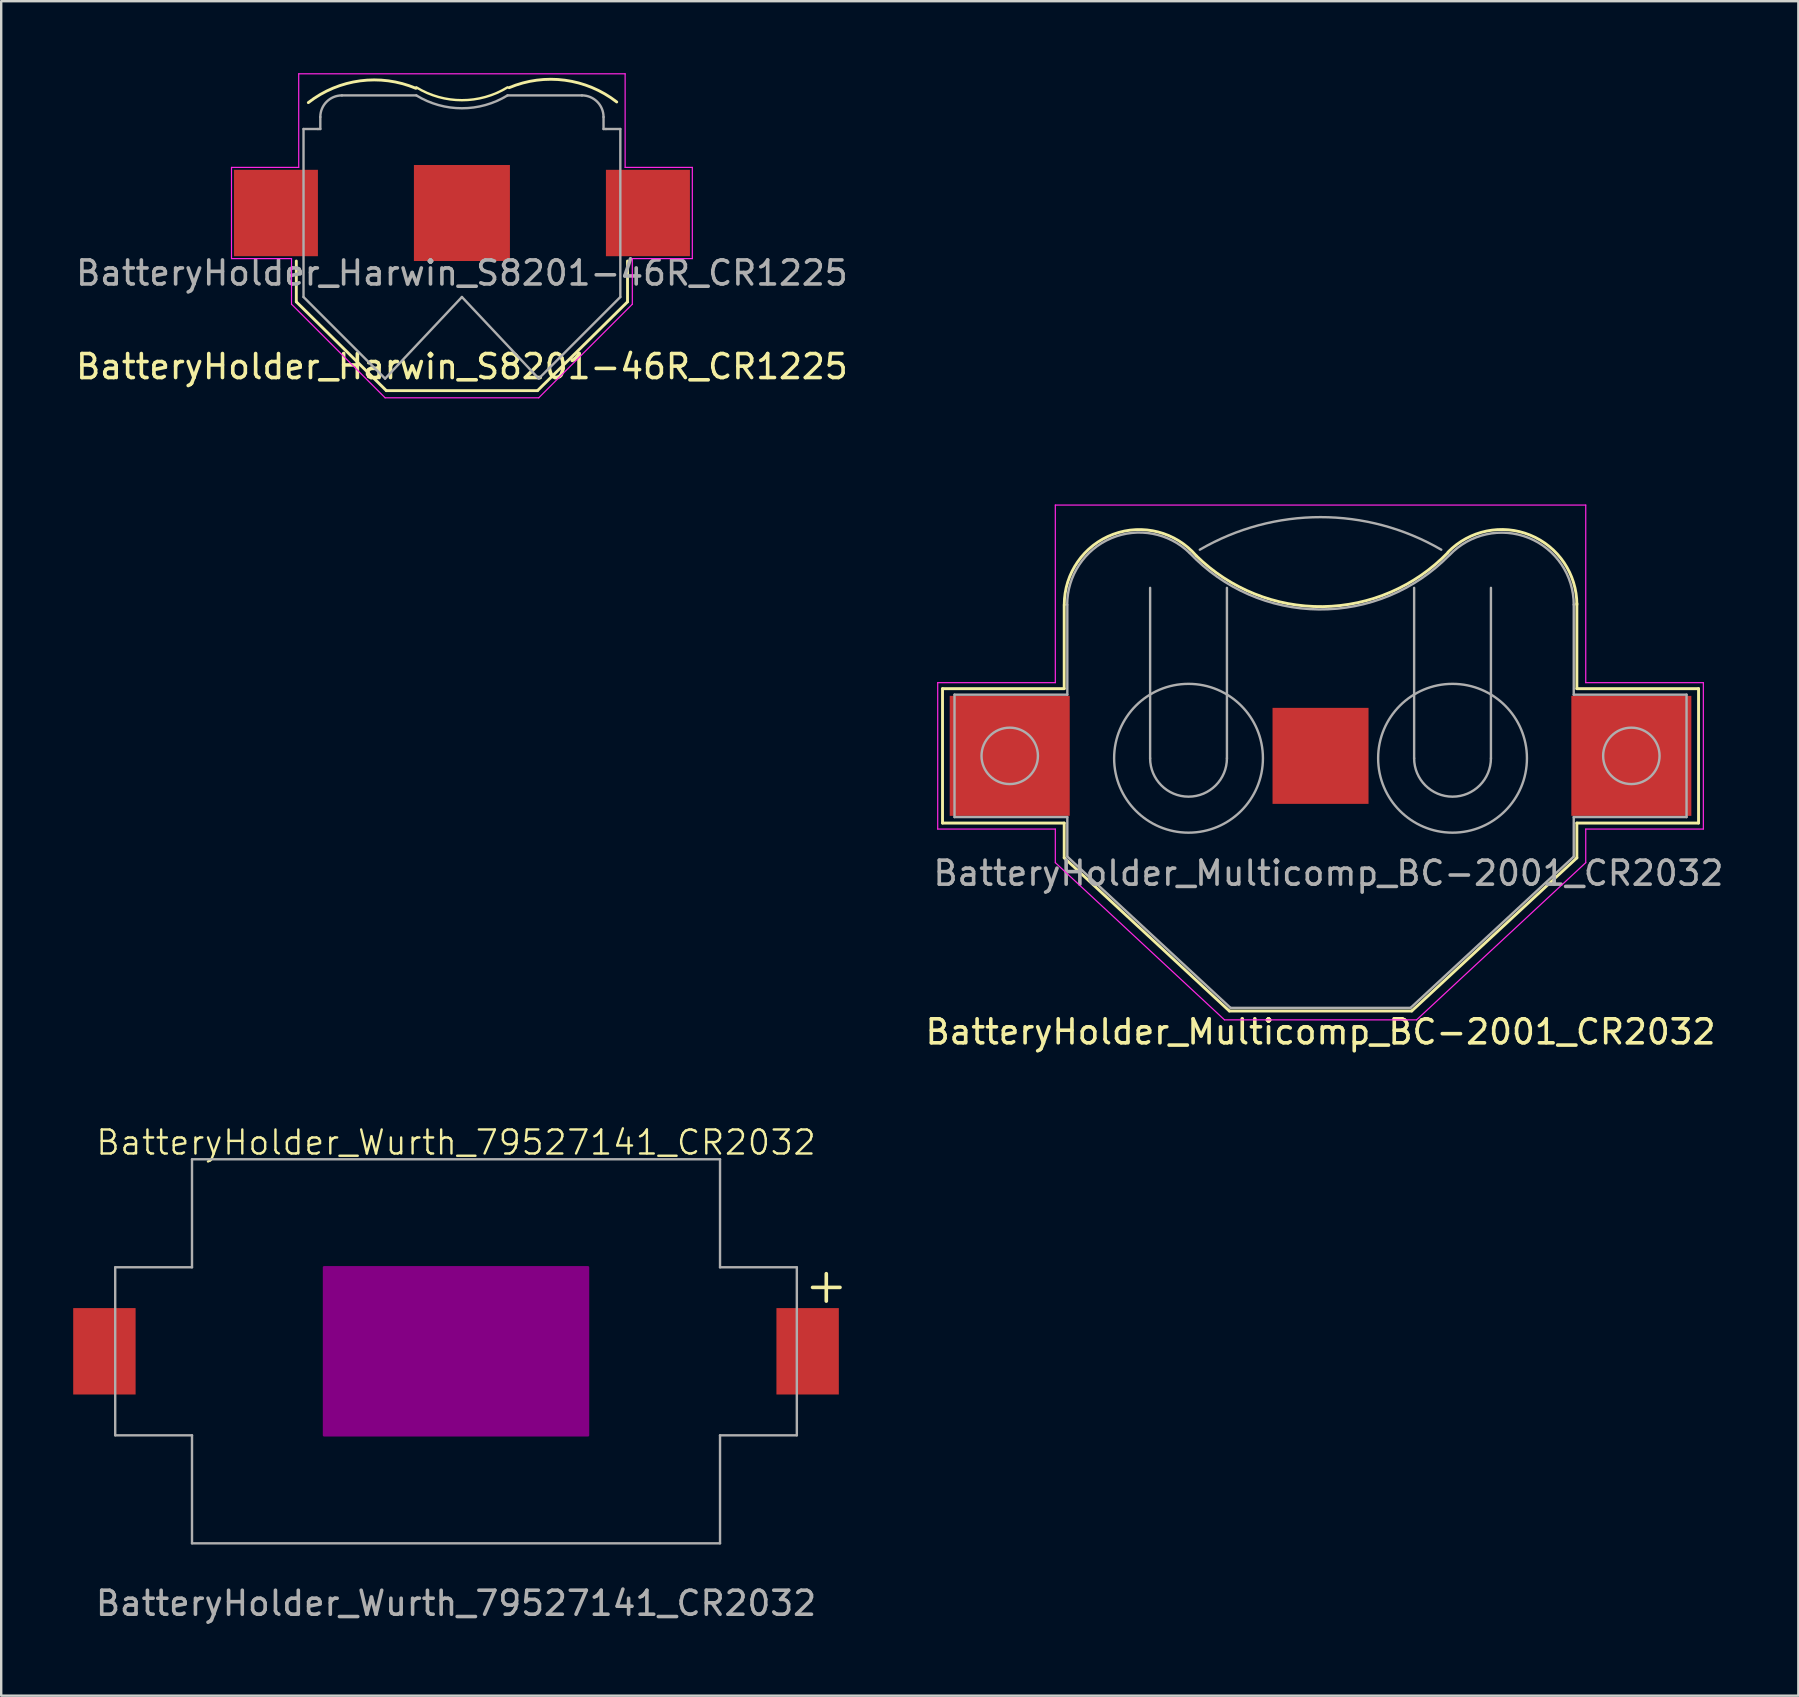
<source format=kicad_pcb>
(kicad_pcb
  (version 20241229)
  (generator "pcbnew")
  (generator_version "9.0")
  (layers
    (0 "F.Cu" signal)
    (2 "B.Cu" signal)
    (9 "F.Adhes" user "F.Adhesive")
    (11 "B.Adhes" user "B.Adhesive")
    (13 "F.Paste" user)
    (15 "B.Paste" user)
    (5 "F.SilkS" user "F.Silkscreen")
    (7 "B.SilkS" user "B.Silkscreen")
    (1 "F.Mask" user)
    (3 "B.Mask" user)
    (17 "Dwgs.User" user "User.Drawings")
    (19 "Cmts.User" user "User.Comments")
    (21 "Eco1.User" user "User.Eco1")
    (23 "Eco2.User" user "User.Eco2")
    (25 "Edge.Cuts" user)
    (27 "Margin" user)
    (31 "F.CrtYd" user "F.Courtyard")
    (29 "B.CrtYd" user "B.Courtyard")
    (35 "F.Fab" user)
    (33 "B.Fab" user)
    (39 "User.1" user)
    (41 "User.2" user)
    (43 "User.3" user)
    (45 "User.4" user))
  (footprint "BatteryHolder_Multicomp_BC-2001_CR2032"
    (layer "F.Cu")
    (at 51.97 28.443)
    (property "Reference" "BatteryHolder_Multicomp_BC-2001_CR2032" (at 0 11.5 0) (layer "F.SilkS") (effects (font (size 1 1) (thickness 0.15))))
    (attr smd)
    (fp_line (start -15.75 -2.8) (end -10.68 -2.8) (stroke (width 0.12) (type solid)) (layer "F.SilkS"))
    (fp_line (start -15.75 2.8) (end -15.75 -2.8) (stroke (width 0.12) (type solid)) (layer "F.SilkS"))
    (fp_line (start -15.75 2.8) (end -10.68 2.8) (stroke (width 0.12) (type solid)) (layer "F.SilkS"))
    (fp_line (start -10.68 -2.8) (end -10.68 -6.28) (stroke (width 0.12) (type solid)) (layer "F.SilkS"))
    (fp_line (start -10.68 2.8) (end -10.68 4.25) (stroke (width 0.12) (type solid)) (layer "F.SilkS"))
    (fp_line (start -10.68 4.25) (end -3.8 10.63) (stroke (width 0.12) (type solid)) (layer "F.SilkS"))
    (fp_line (start 3.8 10.63) (end -3.8 10.63) (stroke (width 0.12) (type solid)) (layer "F.SilkS"))
    (fp_line (start 10.68 -2.8) (end 10.68 -6.35) (stroke (width 0.12) (type solid)) (layer "F.SilkS"))
    (fp_line (start 10.68 2.8) (end 10.68 4.25) (stroke (width 0.12) (type solid)) (layer "F.SilkS"))
    (fp_line (start 10.68 2.8) (end 15.75 2.8) (stroke (width 0.12) (type solid)) (layer "F.SilkS"))
    (fp_line (start 10.68 4.25) (end 3.8 10.63) (stroke (width 0.12) (type solid)) (layer "F.SilkS"))
    (fp_line (start 15.75 -2.8) (end 10.68 -2.8) (stroke (width 0.12) (type solid)) (layer "F.SilkS"))
    (fp_line (start 15.75 2.8) (end 15.75 -2.8) (stroke (width 0.12) (type solid)) (layer "F.SilkS"))
    (fp_arc (start -10.677058 -6.3) (mid -8.637972 -9.23169) (end -5.180001 -8.339999) (stroke (width 0.12) (type solid)) (layer "F.SilkS"))
    (fp_arc (start 5.306422 -8.467392) (mid 0.096808 -6.218103) (end -5.169999 -8.330001) (stroke (width 0.12) (type solid)) (layer "F.SilkS"))
    (fp_arc (start 5.316452 -8.492753) (mid 8.734461 -9.197232) (end 10.68 -6.3) (stroke (width 0.12) (type solid)) (layer "F.SilkS"))
    (fp_line (start -15.95 -3.05) (end -15.95 3.05) (stroke (width 0.05) (type solid)) (layer "F.CrtYd"))
    (fp_line (start -15.95 -3.05) (end -11.05 -3.05) (stroke (width 0.05) (type solid)) (layer "F.CrtYd"))
    (fp_line (start -15.95 3.05) (end -11.05 3.05) (stroke (width 0.05) (type solid)) (layer "F.CrtYd"))
    (fp_line (start -11.05 -10.45) (end 11.05 -10.45) (stroke (width 0.05) (type solid)) (layer "F.CrtYd"))
    (fp_line (start -11.05 -3.05) (end -11.05 -10.45) (stroke (width 0.05) (type solid)) (layer "F.CrtYd"))
    (fp_line (start -11.05 3.05) (end -11.05 4.45) (stroke (width 0.05) (type solid)) (layer "F.CrtYd"))
    (fp_line (start -11.05 4.45) (end -4 11) (stroke (width 0.05) (type solid)) (layer "F.CrtYd"))
    (fp_line (start -4 11) (end 4 11) (stroke (width 0.05) (type solid)) (layer "F.CrtYd"))
    (fp_line (start 4 11) (end 11.05 4.45) (stroke (width 0.05) (type solid)) (layer "F.CrtYd"))
    (fp_line (start 11.05 -3.05) (end 11.05 -10.45) (stroke (width 0.05) (type solid)) (layer "F.CrtYd"))
    (fp_line (start 11.05 -3.05) (end 15.95 -3.05) (stroke (width 0.05) (type solid)) (layer "F.CrtYd"))
    (fp_line (start 11.05 3.05) (end 11.05 4.45) (stroke (width 0.05) (type solid)) (layer "F.CrtYd"))
    (fp_line (start 11.05 3.05) (end 15.95 3.05) (stroke (width 0.05) (type solid)) (layer "F.CrtYd"))
    (fp_line (start 15.95 3.05) (end 15.95 -3.05) (stroke (width 0.05) (type solid)) (layer "F.CrtYd"))
    (fp_line (start -15.25 -2.55) (end -15.25 2.55) (stroke (width 0.1) (type solid)) (layer "F.Fab"))
    (fp_line (start -15.25 -2.55) (end -10.55 -2.55) (stroke (width 0.1) (type solid)) (layer "F.Fab"))
    (fp_line (start -15.25 2.55) (end -10.55 2.55) (stroke (width 0.1) (type solid)) (layer "F.Fab"))
    (fp_line (start -10.55 -6.29) (end -10.55 -2.55) (stroke (width 0.1) (type solid)) (layer "F.Fab"))
    (fp_line (start -10.55 2.55) (end -10.55 4.2) (stroke (width 0.1) (type solid)) (layer "F.Fab"))
    (fp_line (start -10.55 4.2) (end -3.75 10.5) (stroke (width 0.1) (type solid)) (layer "F.Fab"))
    (fp_line (start -7.1 0.1) (end -7.1 -7) (stroke (width 0.1) (type solid)) (layer "F.Fab"))
    (fp_line (start -3.9 0.1) (end -3.9 -7) (stroke (width 0.1) (type solid)) (layer "F.Fab"))
    (fp_line (start -3.75 10.5) (end 3.75 10.5) (stroke (width 0.1) (type solid)) (layer "F.Fab"))
    (fp_line (start 3.9 0.1) (end 3.9 -7) (stroke (width 0.1) (type solid)) (layer "F.Fab"))
    (fp_line (start 7.1 0.1) (end 7.1 -7) (stroke (width 0.1) (type solid)) (layer "F.Fab"))
    (fp_line (start 10.55 -6.3) (end 10.55 -2.55) (stroke (width 0.1) (type solid)) (layer "F.Fab"))
    (fp_line (start 10.55 -2.55) (end 15.25 -2.55) (stroke (width 0.1) (type solid)) (layer "F.Fab"))
    (fp_line (start 10.55 2.55) (end 10.55 4.2) (stroke (width 0.1) (type solid)) (layer "F.Fab"))
    (fp_line (start 10.55 2.55) (end 15.25 2.55) (stroke (width 0.1) (type solid)) (layer "F.Fab"))
    (fp_line (start 10.55 4.2) (end 3.75 10.5) (stroke (width 0.1) (type solid)) (layer "F.Fab"))
    (fp_line (start 15.25 2.55) (end 15.25 -2.55) (stroke (width 0.1) (type solid)) (layer "F.Fab"))
    (fp_arc (start -10.55541 -6.3) (mid -8.716433 -9.069824) (end -5.450001 -8.449999) (stroke (width 0.1) (type solid)) (layer "F.Fab"))
    (fp_arc (start -5.03 -8.59) (mid 0.000119 -9.946168) (end 5.030206 -8.58988) (stroke (width 0.1) (type default)) (layer "F.Fab"))
    (fp_arc (start -3.9 0.1) (mid -5.5 1.7) (end -7.1 0.1) (stroke (width 0.1) (type solid)) (layer "F.Fab"))
    (fp_arc (start 5.351903 -8.348132) (mid -0.070711 -6.102001) (end -5.449999 -8.450001) (stroke (width 0.1) (type solid)) (layer "F.Fab"))
    (fp_arc (start 5.376326 -8.367641) (mid 8.663323 -9.085769) (end 10.55 -6.3) (stroke (width 0.1) (type solid)) (layer "F.Fab"))
    (fp_arc (start 7.1 0.1) (mid 5.5 1.7) (end 3.9 0.1) (stroke (width 0.1) (type solid)) (layer "F.Fab"))
    (fp_circle (center -12.95 0) (end -11.775 0) (stroke (width 0.1) (type solid)) (fill no) (layer "F.Fab"))
    (fp_circle (center -5.5 0.1) (end -2.4 0.1) (stroke (width 0.1) (type solid)) (fill no) (layer "F.Fab"))
    (fp_circle (center 5.5 0.1) (end 8.6 0.1) (stroke (width 0.1) (type solid)) (fill no) (layer "F.Fab"))
    (fp_circle (center 12.95 0) (end 14.125 0) (stroke (width 0.1) (type solid)) (fill no) (layer "F.Fab"))
    (fp_text user "${REFERENCE}" (at 0.33 4.89 0) (layer "F.Fab") (effects (font (size 1 1) (thickness 0.15))))
    (pad "1" smd rect (at -12.95 0) (size 5 5) (layers "F.Cu" "F.Mask" "F.Paste"))
    (pad "1" smd rect (at 12.95 0) (size 5 5) (layers "F.Cu" "F.Mask" "F.Paste"))
    (pad "2" smd rect (at 0 0) (size 4 4) (layers "F.Cu" "F.Mask" "F.Paste"))
    (zone (net_name "") (layers "F.Cu" "F.Fab") (hatch edge 0.5) (connect_pads) (min_thickness 0.25) (filled_areas_thickness no) (keepout (tracks allowed) (vias allowed) (pads allowed) (copperpour allowed) (footprints not_allowed)) (placement (enabled no)) (fill) (polygon (pts (xy 52.94 0.04) (xy 53.584 0.12) (xy 54.223 0.239) (xy 54.853 0.398) (xy 55.473 0.595) (xy 56.078 0.829) (xy 56.669 1.101) (xy 57.241 1.408) (xy 57.794 1.751) (xy 58.324 2.126) (xy 58.83 2.533) (xy 59.31 2.971) (xy 59.763 3.438) (xy 60.186 3.931) (xy 60.577 4.45) (xy 60.936 4.991) (xy 61.261 5.554) (xy 61.551 6.136) (xy 61.804 6.734) (xy 62.02 7.347) (xy 62.198 7.972) (xy 62.337 8.607) (xy 62.436 9.249) (xy 62.496 9.896) (xy 62.516 10.545) (xy 62.496 11.195) (xy 62.436 11.842) (xy 62.337 12.484) (xy 62.198 13.118) (xy 62.02 13.743) (xy 61.804 14.356) (xy 61.551 14.955) (xy 61.261 15.536) (xy 60.936 16.099) (xy 60.577 16.641) (xy 60.186 17.159) (xy 59.763 17.653) (xy 59.31 18.119) (xy 58.83 18.557) (xy 58.324 18.964) (xy 57.794 19.34) (xy 57.241 19.682) (xy 56.669 19.989) (xy 56.078 20.261) (xy 55.473 20.496) (xy 54.853 20.692) (xy 54.223 20.851) (xy 53.584 20.97) (xy 52.94 21.05) (xy 52.291 21.09) (xy 51.641 21.09) (xy 50.993 21.05) (xy 50.348 20.97) (xy 49.709 20.851) (xy 49.079 20.692) (xy 48.46 20.496) (xy 47.854 20.261) (xy 47.264 19.989) (xy 46.691 19.682) (xy 46.139 19.34) (xy 45.608 18.964) (xy 45.102 18.557) (xy 44.622 18.119) (xy 44.17 17.653) (xy 43.747 17.159) (xy 43.355 16.641) (xy 42.996 16.099) (xy 42.671 15.536) (xy 42.382 14.955) (xy 42.128 14.356) (xy 41.913 13.743) (xy 41.735 13.118) (xy 41.596 12.484) (xy 41.496 11.842) (xy 41.436 11.195) (xy 41.416 10.545) (xy 41.436 9.896) (xy 41.496 9.249) (xy 41.596 8.607) (xy 41.735 7.972) (xy 41.913 7.347) (xy 42.128 6.734) (xy 42.382 6.136) (xy 42.671 5.554) (xy 42.996 4.991) (xy 43.355 4.45) (xy 43.747 3.931) (xy 44.17 3.438) (xy 44.622 2.971) (xy 45.102 2.533) (xy 45.608 2.126) (xy 46.139 1.751) (xy 46.691 1.408) (xy 47.264 1.101) (xy 47.854 0.829) (xy 48.46 0.595) (xy 49.079 0.398) (xy 49.709 0.239) (xy 50.348 0.12) (xy 50.993 0.04) (xy 51.641 0) (xy 52.291 0)))))
  (footprint "BatteryHolder_Wurth_79527141_CR2032"
    (layer "F.Cu")
    (at 15.95 53.252)
    (property "Reference" "BatteryHolder_Wurth_79527141_CR2032" (at 0 -8.7 0) (unlocked yes) (layer "F.SilkS") (effects (font (size 1 1) (thickness 0.1))))
    (attr smd)
    (fp_rect (start -5.5 -3.5) (end 5.5 3.5) (stroke (width 0.1) (type solid)) (fill yes) (layer "F.Adhes"))
    (fp_line (start -14.2 -3.5) (end -11 -3.5) (stroke (width 0.1) (type default)) (layer "F.Fab"))
    (fp_line (start -14.2 3.5) (end -14.2 -3.5) (stroke (width 0.1) (type default)) (layer "F.Fab"))
    (fp_line (start -11 -8) (end 11 -8) (stroke (width 0.1) (type default)) (layer "F.Fab"))
    (fp_line (start -11 -3.5) (end -11 -8) (stroke (width 0.1) (type default)) (layer "F.Fab"))
    (fp_line (start -11 3.5) (end -14.2 3.5) (stroke (width 0.1) (type default)) (layer "F.Fab"))
    (fp_line (start -11 8) (end -11 3.5) (stroke (width 0.1) (type default)) (layer "F.Fab"))
    (fp_line (start 11 -8) (end 11 -3.5) (stroke (width 0.1) (type default)) (layer "F.Fab"))
    (fp_line (start 11 -3.5) (end 14.2 -3.5) (stroke (width 0.1) (type default)) (layer "F.Fab"))
    (fp_line (start 11 3.5) (end 11 8) (stroke (width 0.1) (type default)) (layer "F.Fab"))
    (fp_line (start 11 8) (end -11 8) (stroke (width 0.1) (type default)) (layer "F.Fab"))
    (fp_line (start 14.2 -3.5) (end 14.2 3.5) (stroke (width 0.1) (type default)) (layer "F.Fab"))
    (fp_line (start 14.2 3.5) (end 11 3.5) (stroke (width 0.1) (type default)) (layer "F.Fab"))
    (fp_text user "+" (at 14.4 -1.9 0) (unlocked yes) (layer "F.SilkS") (effects (font (size 1.5 1.5) (thickness 0.15)) (justify left bottom)))
    (fp_text user "${REFERENCE}" (at 0 10.5 0) (unlocked yes) (layer "F.Fab") (effects (font (size 1 1) (thickness 0.15))))
    (pad "1" smd rect (at 14.65 0) (size 2.6 3.6) (layers "F.Cu" "F.Mask" "F.Paste"))
    (pad "2" smd rect (at -14.65 0) (size 2.6 3.6) (layers "F.Cu" "F.Mask" "F.Paste")))
  (footprint "BatteryHolder_Harwin_S8201-46R_CR1225"
    (layer "F.Cu")
    (at 16.196 5.825)
    (property "Reference" "BatteryHolder_Harwin_S8201-46R_CR1225" (at 0 6.4 0) (unlocked yes) (layer "F.SilkS") (effects (font (size 1 1) (thickness 0.15))))
    (attr smd)
    (fp_line (start -6.9 3.7) (end -6.9 2) (stroke (width 0.12) (type solid)) (layer "F.SilkS"))
    (fp_line (start -6.9 3.7) (end -3.15 7.4) (stroke (width 0.12) (type solid)) (layer "F.SilkS"))
    (fp_line (start -3.15 7.4) (end 3.15 7.4) (stroke (width 0.12) (type solid)) (layer "F.SilkS"))
    (fp_line (start 3.15 7.4) (end 6.9 3.7) (stroke (width 0.12) (type solid)) (layer "F.SilkS"))
    (fp_line (start 6.9 3.7) (end 6.9 2) (stroke (width 0.12) (type solid)) (layer "F.SilkS"))
    (fp_arc (start -6.4 -4.6) (mid -4.239301 -5.506301) (end -1.916919 -5.19559) (stroke (width 0.12) (type solid)) (layer "F.SilkS"))
    (fp_arc (start 1.9 -5.235855) (mid 0 -4.7) (end -1.9 -5.235855) (stroke (width 0.1) (type solid)) (layer "F.SilkS"))
    (fp_arc (start 1.966529 -5.2221) (mid 4.288911 -5.532811) (end 6.44961 -4.62651) (stroke (width 0.12) (type solid)) (layer "F.SilkS"))
    (fp_line (start -9.6 -1.9) (end -9.6 1.9) (stroke (width 0.05) (type solid)) (layer "F.CrtYd"))
    (fp_line (start -9.6 1.9) (end -7.1 1.9) (stroke (width 0.05) (type solid)) (layer "F.CrtYd"))
    (fp_line (start -7.1 1.9) (end -7.1 3.8) (stroke (width 0.05) (type solid)) (layer "F.CrtYd"))
    (fp_line (start -7.1 3.8) (end -3.2 7.7) (stroke (width 0.05) (type solid)) (layer "F.CrtYd"))
    (fp_line (start -6.8 -5.8) (end -6.8 -1.9) (stroke (width 0.05) (type solid)) (layer "F.CrtYd"))
    (fp_line (start -6.8 -1.9) (end -9.6 -1.9) (stroke (width 0.05) (type solid)) (layer "F.CrtYd"))
    (fp_line (start -3.2 7.7) (end 3.2 7.7) (stroke (width 0.05) (type solid)) (layer "F.CrtYd"))
    (fp_line (start 3.2 7.7) (end 7.1 3.8) (stroke (width 0.05) (type solid)) (layer "F.CrtYd"))
    (fp_line (start 6.8 -5.8) (end -6.8 -5.8) (stroke (width 0.05) (type solid)) (layer "F.CrtYd"))
    (fp_line (start 6.8 -1.9) (end 6.8 -5.8) (stroke (width 0.05) (type solid)) (layer "F.CrtYd"))
    (fp_line (start 7.1 1.9) (end 9.6 1.9) (stroke (width 0.05) (type solid)) (layer "F.CrtYd"))
    (fp_line (start 7.1 3.8) (end 7.1 1.9) (stroke (width 0.05) (type solid)) (layer "F.CrtYd"))
    (fp_line (start 9.6 -1.9) (end 6.8 -1.9) (stroke (width 0.05) (type solid)) (layer "F.CrtYd"))
    (fp_line (start 9.6 1.9) (end 9.6 -1.9) (stroke (width 0.05) (type solid)) (layer "F.CrtYd"))
    (fp_line (start -6.6 -3.5) (end -6 -3.5) (stroke (width 0.1) (type solid)) (layer "F.Fab"))
    (fp_line (start -6.6 3.5) (end -6.6 -3.5) (stroke (width 0.1) (type solid)) (layer "F.Fab"))
    (fp_line (start -5.9 -4) (end -5.9 -3.5) (stroke (width 0.1) (type solid)) (layer "F.Fab"))
    (fp_line (start -5.9 -3.5) (end -6 -3.5) (stroke (width 0.1) (type solid)) (layer "F.Fab"))
    (fp_line (start -5 -4.9) (end -1.9 -4.9) (stroke (width 0.1) (type solid)) (layer "F.Fab"))
    (fp_line (start -3.2 6.9) (end -6.6 3.5) (stroke (width 0.1) (type solid)) (layer "F.Fab"))
    (fp_line (start 0 3.5) (end -3.2 6.9) (stroke (width 0.1) (type solid)) (layer "F.Fab"))
    (fp_line (start 1.9 -4.9) (end 5 -4.9) (stroke (width 0.1) (type solid)) (layer "F.Fab"))
    (fp_line (start 3.2 6.9) (end 0 3.5) (stroke (width 0.1) (type solid)) (layer "F.Fab"))
    (fp_line (start 5.9 -4) (end 5.9 -3.5) (stroke (width 0.1) (type solid)) (layer "F.Fab"))
    (fp_line (start 5.9 -3.5) (end 6 -3.5) (stroke (width 0.1) (type solid)) (layer "F.Fab"))
    (fp_line (start 6.6 -3.5) (end 6 -3.5) (stroke (width 0.1) (type solid)) (layer "F.Fab"))
    (fp_line (start 6.6 -3.5) (end 6.6 3.5) (stroke (width 0.1) (type solid)) (layer "F.Fab"))
    (fp_line (start 6.6 3.5) (end 3.2 6.9) (stroke (width 0.1) (type solid)) (layer "F.Fab"))
    (fp_arc (start -5.9 -4) (mid -5.636396 -4.636396) (end -5 -4.9) (stroke (width 0.1) (type solid)) (layer "F.Fab"))
    (fp_arc (start 1.9 -4.900001) (mid 0 -4.364069) (end -1.9 -4.900001) (stroke (width 0.1) (type solid)) (layer "F.Fab"))
    (fp_arc (start 5 -4.9) (mid 5.636396 -4.636396) (end 5.9 -4) (stroke (width 0.1) (type solid)) (layer "F.Fab"))
    (fp_text user "${REFERENCE}" (at 0 2.5 0) (unlocked yes) (layer "F.Fab") (effects (font (size 1 1) (thickness 0.15))))
    (pad "1" smd rect (at -7.75 0) (size 3.5 3.6) (layers "F.Cu" "F.Mask" "F.Paste"))
    (pad "1" smd rect (at 7.75 0) (size 3.5 3.6) (layers "F.Cu" "F.Mask" "F.Paste"))
    (pad "2" smd rect (at 0 0) (size 4 4) (layers "F.Cu" "F.Mask")))
  (gr_rect
    (start -3 -3)
    (end 71.878 67.6)
    (stroke (width 0.1) (type default))
    (fill no)
    (layer "Edge.Cuts")))
</source>
